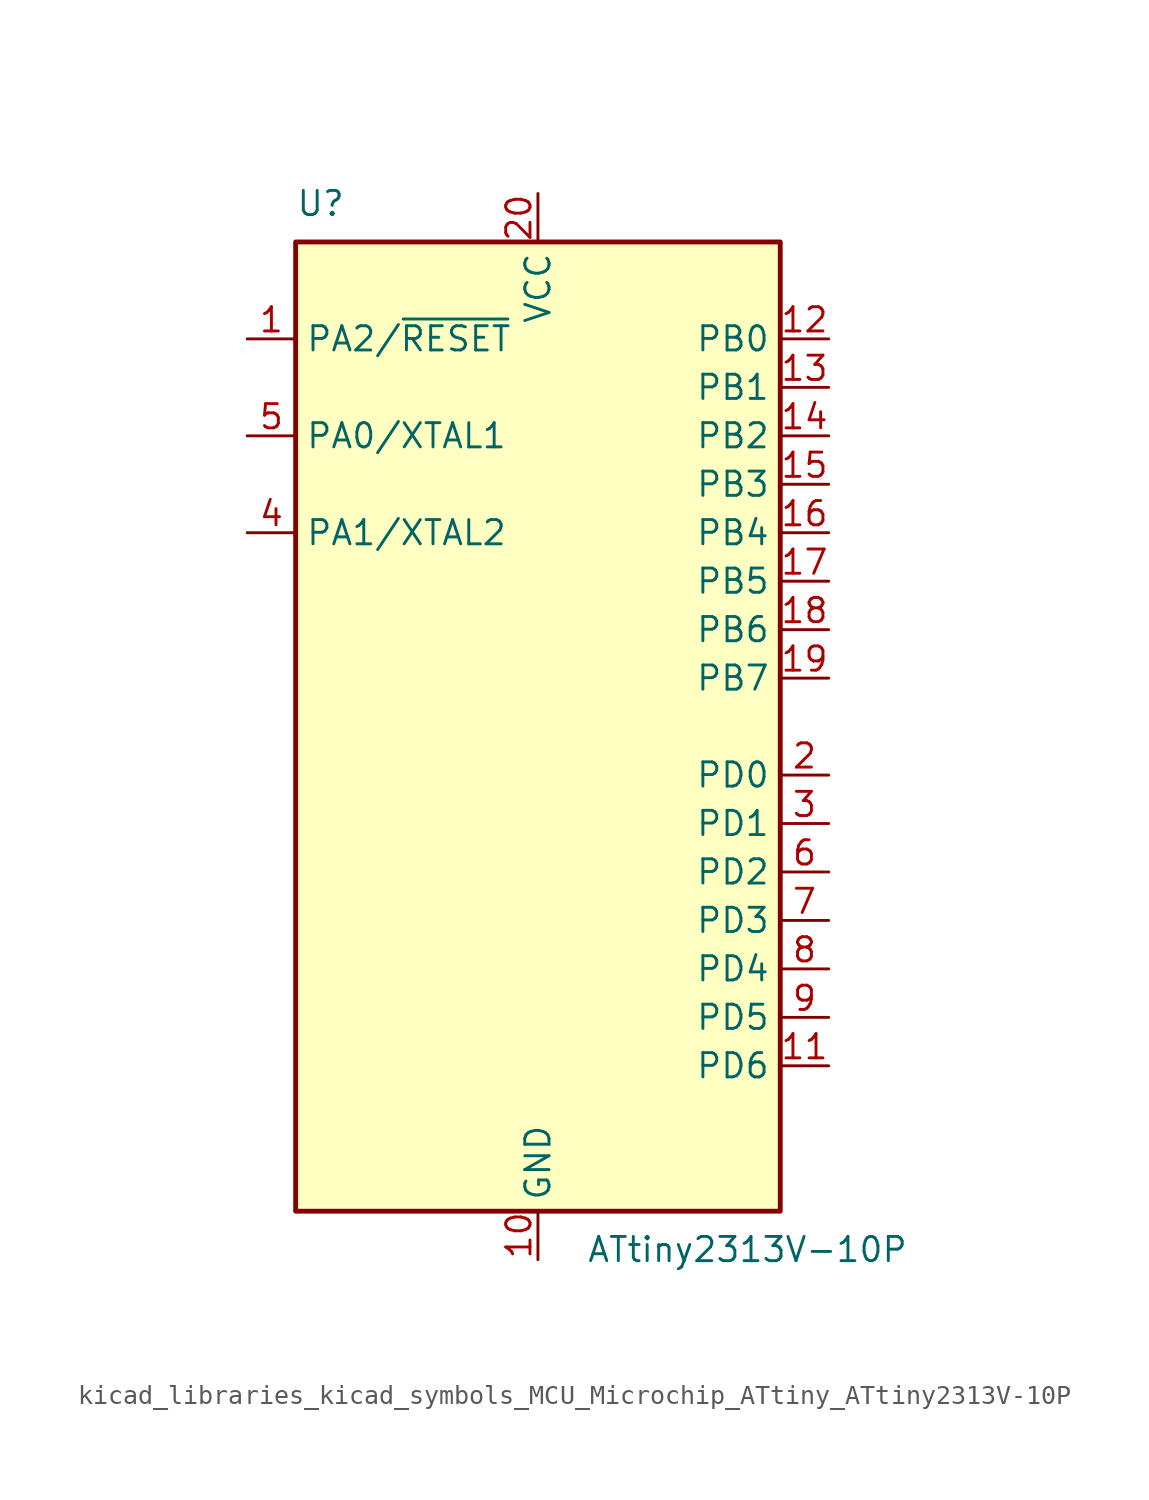
<source format=kicad_sym>
(kicad_symbol_lib
  (version 20220914)
  (generator kicad_symbol_editor)
  (symbol "kicad_libraries_kicad_symbols_MCU_Microchip_ATtiny_ATtiny2313V-10P"
    (property "Reference" "U"
      (at -12.7 26.67 0)
      (effects (font (size 1.27 1.27)) (justify left bottom)))
    (property "Value" "ATtiny2313V-10P"
      (at 2.54 -26.67 0)
      (effects (font (size 1.27 1.27)) (justify left top)))
    (symbol "kicad_libraries_kicad_symbols_MCU_Microchip_ATtiny_ATtiny2313V-10P_0_1"
      (rectangle (start -12.7 -25.4) (end 12.7 25.4) (stroke (width 0.254) (type default)) (fill (type background))))
    (symbol "kicad_libraries_kicad_symbols_MCU_Microchip_ATtiny_ATtiny2313V-10P_1_1"
      (pin bidirectional line (at -15.24 20.32 0) (length 2.54) (name "PA2/~{RESET}" (effects (font (size 1.27 1.27)))) (number "1" (effects (font (size 1.27 1.27)))))
      (pin power_in line (at 0 -27.94 90) (length 2.54) (name "GND" (effects (font (size 1.27 1.27)))) (number "10" (effects (font (size 1.27 1.27)))))
      (pin bidirectional line (at 15.24 -17.78 180) (length 2.54) (name "PD6" (effects (font (size 1.27 1.27)))) (number "11" (effects (font (size 1.27 1.27)))))
      (pin bidirectional line (at 15.24 20.32 180) (length 2.54) (name "PB0" (effects (font (size 1.27 1.27)))) (number "12" (effects (font (size 1.27 1.27)))))
      (pin bidirectional line (at 15.24 17.78 180) (length 2.54) (name "PB1" (effects (font (size 1.27 1.27)))) (number "13" (effects (font (size 1.27 1.27)))))
      (pin bidirectional line (at 15.24 15.24 180) (length 2.54) (name "PB2" (effects (font (size 1.27 1.27)))) (number "14" (effects (font (size 1.27 1.27)))))
      (pin bidirectional line (at 15.24 12.7 180) (length 2.54) (name "PB3" (effects (font (size 1.27 1.27)))) (number "15" (effects (font (size 1.27 1.27)))))
      (pin bidirectional line (at 15.24 10.16 180) (length 2.54) (name "PB4" (effects (font (size 1.27 1.27)))) (number "16" (effects (font (size 1.27 1.27)))))
      (pin bidirectional line (at 15.24 7.62 180) (length 2.54) (name "PB5" (effects (font (size 1.27 1.27)))) (number "17" (effects (font (size 1.27 1.27)))))
      (pin bidirectional line (at 15.24 5.08 180) (length 2.54) (name "PB6" (effects (font (size 1.27 1.27)))) (number "18" (effects (font (size 1.27 1.27)))))
      (pin bidirectional line (at 15.24 2.54 180) (length 2.54) (name "PB7" (effects (font (size 1.27 1.27)))) (number "19" (effects (font (size 1.27 1.27)))))
      (pin bidirectional line (at 15.24 -2.54 180) (length 2.54) (name "PD0" (effects (font (size 1.27 1.27)))) (number "2" (effects (font (size 1.27 1.27)))))
      (pin power_in line (at 0 27.94 270) (length 2.54) (name "VCC" (effects (font (size 1.27 1.27)))) (number "20" (effects (font (size 1.27 1.27)))))
      (pin bidirectional line (at 15.24 -5.08 180) (length 2.54) (name "PD1" (effects (font (size 1.27 1.27)))) (number "3" (effects (font (size 1.27 1.27)))))
      (pin bidirectional line (at -15.24 10.16 0) (length 2.54) (name "PA1/XTAL2" (effects (font (size 1.27 1.27)))) (number "4" (effects (font (size 1.27 1.27)))))
      (pin bidirectional line (at -15.24 15.24 0) (length 2.54) (name "PA0/XTAL1" (effects (font (size 1.27 1.27)))) (number "5" (effects (font (size 1.27 1.27)))))
      (pin bidirectional line (at 15.24 -7.62 180) (length 2.54) (name "PD2" (effects (font (size 1.27 1.27)))) (number "6" (effects (font (size 1.27 1.27)))))
      (pin bidirectional line (at 15.24 -10.16 180) (length 2.54) (name "PD3" (effects (font (size 1.27 1.27)))) (number "7" (effects (font (size 1.27 1.27)))))
      (pin bidirectional line (at 15.24 -12.7 180) (length 2.54) (name "PD4" (effects (font (size 1.27 1.27)))) (number "8" (effects (font (size 1.27 1.27)))))
      (pin bidirectional line (at 15.24 -15.24 180) (length 2.54) (name "PD5" (effects (font (size 1.27 1.27)))) (number "9" (effects (font (size 1.27 1.27))))))))
</source>
